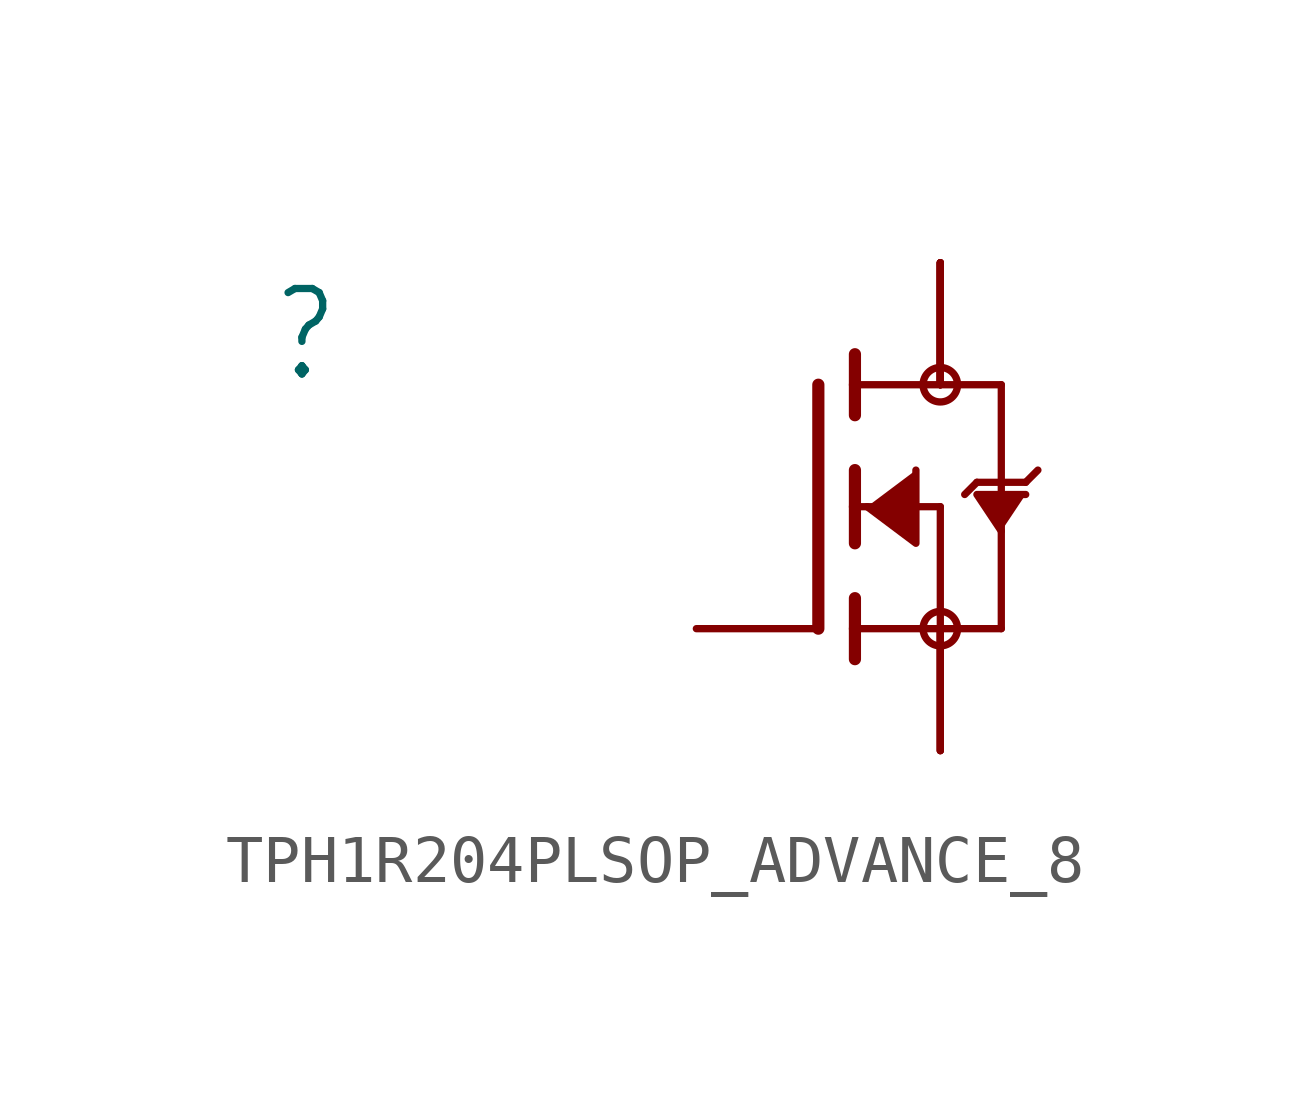
<source format=kicad_sym>
(kicad_symbol_lib
  (version 20241209)
  (generator "kicad_symbol_editor")
  (generator_version "9.0")
  (symbol "TPH1R204PLSOP_ADVANCE_8"
    (property "Reference" ""
      (at -11.43 2.54 0)
      (effects (font (size 1.778 1.511)) (justify left bottom)))
    (property "Value" ""
      (at -11.43 0 0)
      (effects (font (size 1.778 1.511)) (justify left bottom)))
    (property "ki_locked" ""
      (at 0 0 0)
      (effects (font (size 1.27 1.27))))
    (symbol "TPH1R204PLSOP_ADVANCE_8_1_0"
      (polyline (pts (xy 0 2.54) (xy 0 -2.54)) (stroke (width 0.254) (type solid)) (fill (type none)))
      (polyline (pts (xy 0.762 3.175) (xy 0.762 2.54)) (stroke (width 0.254) (type solid)) (fill (type none)))
      (polyline (pts (xy 0.762 2.54) (xy 0.762 1.905)) (stroke (width 0.254) (type solid)) (fill (type none)))
      (polyline (pts (xy 0.762 2.54) (xy 3.81 2.54)) (stroke (width 0.152) (type solid)) (fill (type none)))
      (polyline (pts (xy 0.762 0.762) (xy 0.762 0)) (stroke (width 0.254) (type solid)) (fill (type none)))
      (polyline (pts (xy 0.762 0) (xy 0.762 -0.762)) (stroke (width 0.254) (type solid)) (fill (type none)))
      (polyline (pts (xy 0.762 0) (xy 2.54 0)) (stroke (width 0.152) (type solid)) (fill (type none)))
      (polyline (pts (xy 0.762 -1.905) (xy 0.762 -2.54)) (stroke (width 0.254) (type solid)) (fill (type none)))
      (polyline (pts (xy 0.762 -2.54) (xy 0.762 -3.175)) (stroke (width 0.254) (type solid)) (fill (type none)))
      (polyline (pts (xy 1.016 0) (xy 2.032 -0.762) (xy 2.032 0.762)) (stroke (width 0.152) (type solid)) (fill (type outline)))
      (circle (center 2.54 2.54) (radius 0.359) (stroke (width 0) (type solid)) (fill (type none)))
      (polyline (pts (xy 2.54 0) (xy 2.54 -2.54)) (stroke (width 0.152) (type solid)) (fill (type none)))
      (polyline (pts (xy 2.54 -2.54) (xy 0.762 -2.54)) (stroke (width 0.152) (type solid)) (fill (type none)))
      (polyline (pts (xy 2.54 -2.54) (xy 3.81 -2.54)) (stroke (width 0.152) (type solid)) (fill (type none)))
      (circle (center 2.54 -2.54) (radius 0.359) (stroke (width 0) (type solid)) (fill (type none)))
      (polyline (pts (xy 3.302 0.508) (xy 3.048 0.254)) (stroke (width 0.152) (type solid)) (fill (type none)))
      (polyline (pts (xy 3.81 2.54) (xy 3.81 0.508)) (stroke (width 0.152) (type solid)) (fill (type none)))
      (polyline (pts (xy 3.81 0.508) (xy 3.302 0.508)) (stroke (width 0.152) (type solid)) (fill (type none)))
      (polyline (pts (xy 3.81 0.508) (xy 3.81 -2.54)) (stroke (width 0.152) (type solid)) (fill (type none)))
      (polyline (pts (xy 3.81 -0.508) (xy 3.302 0.254) (xy 4.318 0.254)) (stroke (width 0.152) (type solid)) (fill (type outline)))
      (polyline (pts (xy 4.318 0.508) (xy 3.81 0.508)) (stroke (width 0.152) (type solid)) (fill (type none)))
      (polyline (pts (xy 4.572 0.762) (xy 4.318 0.508)) (stroke (width 0.152) (type solid)) (fill (type none)))
      (pin passive line (at -2.54 -2.54 0) (length 2.54) (name "G" (effects (font (size 0 0)))) (number "4" (effects (font (size 0 0)))))
      (pin passive line (at 2.54 5.08 270) (length 2.54) (name "D" (effects (font (size 0 0)))) (number "5" (effects (font (size 0 0)))))
      (pin passive line (at 2.54 5.08 270) (length 2.54) (name "D" (effects (font (size 0 0)))) (number "6" (effects (font (size 0 0)))))
      (pin passive line (at 2.54 5.08 270) (length 2.54) (name "D" (effects (font (size 0 0)))) (number "7" (effects (font (size 0 0)))))
      (pin passive line (at 2.54 5.08 270) (length 2.54) (name "D" (effects (font (size 0 0)))) (number "8" (effects (font (size 0 0)))))
      (pin passive line (at 2.54 5.08 270) (length 2.54) (name "D" (effects (font (size 0 0)))) (number "PAD" (effects (font (size 0 0)))))
      (pin passive line (at 2.54 -5.08 90) (length 2.54) (name "S" (effects (font (size 0 0)))) (number "1" (effects (font (size 0 0)))))
      (pin passive line (at 2.54 -5.08 90) (length 2.54) (name "S" (effects (font (size 0 0)))) (number "2" (effects (font (size 0 0)))))
      (pin passive line (at 2.54 -5.08 90) (length 2.54) (name "S" (effects (font (size 0 0)))) (number "3" (effects (font (size 0 0))))))))
</source>
